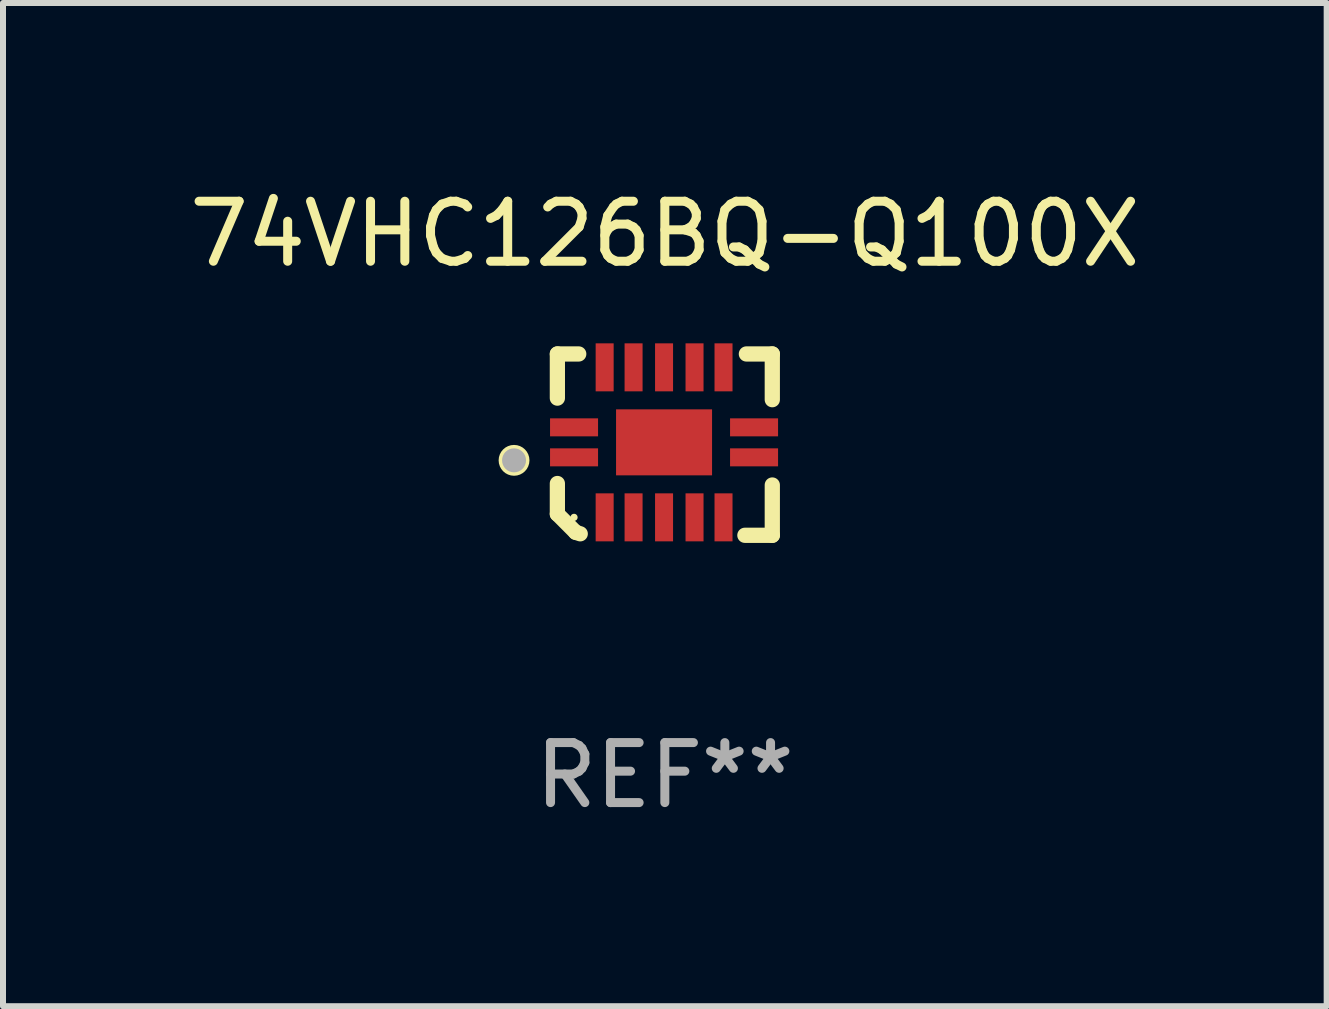
<source format=kicad_pcb>
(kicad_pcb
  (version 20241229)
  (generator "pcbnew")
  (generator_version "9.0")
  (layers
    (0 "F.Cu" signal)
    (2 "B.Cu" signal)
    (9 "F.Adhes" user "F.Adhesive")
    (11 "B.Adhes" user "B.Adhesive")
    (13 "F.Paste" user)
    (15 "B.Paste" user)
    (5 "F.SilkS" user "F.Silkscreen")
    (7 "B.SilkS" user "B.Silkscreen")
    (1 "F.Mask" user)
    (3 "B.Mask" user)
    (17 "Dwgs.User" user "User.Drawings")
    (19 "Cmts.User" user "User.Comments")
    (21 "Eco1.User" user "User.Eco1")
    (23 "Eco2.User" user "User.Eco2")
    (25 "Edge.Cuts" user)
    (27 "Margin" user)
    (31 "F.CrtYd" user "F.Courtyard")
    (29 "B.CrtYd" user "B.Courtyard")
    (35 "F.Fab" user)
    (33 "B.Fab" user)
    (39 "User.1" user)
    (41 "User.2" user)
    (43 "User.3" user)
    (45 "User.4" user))
  (footprint "74VHC126BQ-Q100X"
    (layer "F.Cu")
    (at 8.03 4.36)
    (property "Reference" "74VHC126BQ-Q100X" (at 0 -3.511 0) (layer "F.SilkS") (effects (font (size 1 1) (thickness 0.15))))
    (attr through_hole)
    (fp_line (start -1.791 -1.511) (end -1.435 -1.511) (stroke (width 0.254) (type solid)) (layer "F.SilkS"))
    (fp_line (start -1.791 -0.775) (end -1.791 -1.511) (stroke (width 0.254) (type solid)) (layer "F.SilkS"))
    (fp_line (start -1.791 1.156) (end -1.791 0.648) (stroke (width 0.254) (type solid)) (layer "F.SilkS"))
    (fp_line (start -1.486 1.461) (end -1.791 1.156) (stroke (width 0.254) (type solid)) (layer "F.SilkS"))
    (fp_line (start -1.41 1.486) (end -1.486 1.461) (stroke (width 0.254) (type solid)) (layer "F.SilkS"))
    (fp_line (start 1.334 1.511) (end 1.791 1.511) (stroke (width 0.254) (type solid)) (layer "F.SilkS"))
    (fp_line (start 1.791 -1.511) (end 1.359 -1.511) (stroke (width 0.254) (type solid)) (layer "F.SilkS"))
    (fp_line (start 1.791 -0.749) (end 1.791 -1.511) (stroke (width 0.254) (type solid)) (layer "F.SilkS"))
    (fp_line (start 1.791 1.511) (end 1.791 0.673) (stroke (width 0.254) (type solid)) (layer "F.SilkS"))
    (fp_circle (center -2.513 0.262) (end -2.383 0.262) (stroke (width 0.254) (type solid)) (fill no) (layer "F.SilkS"))
    (fp_circle (center -1.513 1.212) (end -1.483 1.212) (stroke (width 0.06) (type solid)) (fill no) (layer "F.SilkS"))
    (fp_circle (center -2.513 0.262) (end -2.413 0.262) (stroke (width 0.2) (type solid)) (fill no) (layer "F.Fab"))
    (fp_text user "REF**" (at 0 5.511 0) (layer "F.Fab") (effects (font (size 1 1) (thickness 0.15))))
    (pad "1" smd rect (at -1.513 0.212) (size 0.8 0.3) (layers "F.Cu" "F.Mask" "F.Paste"))
    (pad "2" smd rect (at -1.003 1.212) (size 0.3 0.8) (layers "F.Cu" "F.Mask" "F.Paste"))
    (pad "3" smd rect (at -0.521 1.212) (size 0.3 0.8) (layers "F.Cu" "F.Mask" "F.Paste"))
    (pad "4" smd rect (at -0.013 1.212) (size 0.3 0.8) (layers "F.Cu" "F.Mask" "F.Paste"))
    (pad "5" smd rect (at 0.495 1.212) (size 0.3 0.8) (layers "F.Cu" "F.Mask" "F.Paste"))
    (pad "6" smd rect (at 0.978 1.212) (size 0.3 0.8) (layers "F.Cu" "F.Mask" "F.Paste"))
    (pad "7" smd rect (at 1.487 0.212) (size 0.8 0.3) (layers "F.Cu" "F.Mask" "F.Paste"))
    (pad "8" smd rect (at 1.487 -0.288) (size 0.8 0.3) (layers "F.Cu" "F.Mask" "F.Paste"))
    (pad "9" smd rect (at 0.978 -1.288) (size 0.3 0.8) (layers "F.Cu" "F.Mask" "F.Paste"))
    (pad "10" smd rect (at 0.495 -1.288) (size 0.3 0.8) (layers "F.Cu" "F.Mask" "F.Paste"))
    (pad "11" smd rect (at -0.013 -1.288) (size 0.3 0.8) (layers "F.Cu" "F.Mask" "F.Paste"))
    (pad "12" smd rect (at -0.521 -1.288) (size 0.3 0.8) (layers "F.Cu" "F.Mask" "F.Paste"))
    (pad "13" smd rect (at -1.003 -1.288) (size 0.3 0.8) (layers "F.Cu" "F.Mask" "F.Paste"))
    (pad "14" smd rect (at -1.513 -0.288) (size 0.8 0.3) (layers "F.Cu" "F.Mask" "F.Paste"))
    (pad "15" smd rect (at -0.013 -0.038 90) (size 1.1 1.6) (layers "F.Cu" "F.Mask" "F.Paste")))
  (gr_rect
    (start -3 -3)
    (end 19.06 13.719)
    (stroke (width 0.1) (type default))
    (fill no)
    (layer "Edge.Cuts")))
</source>
